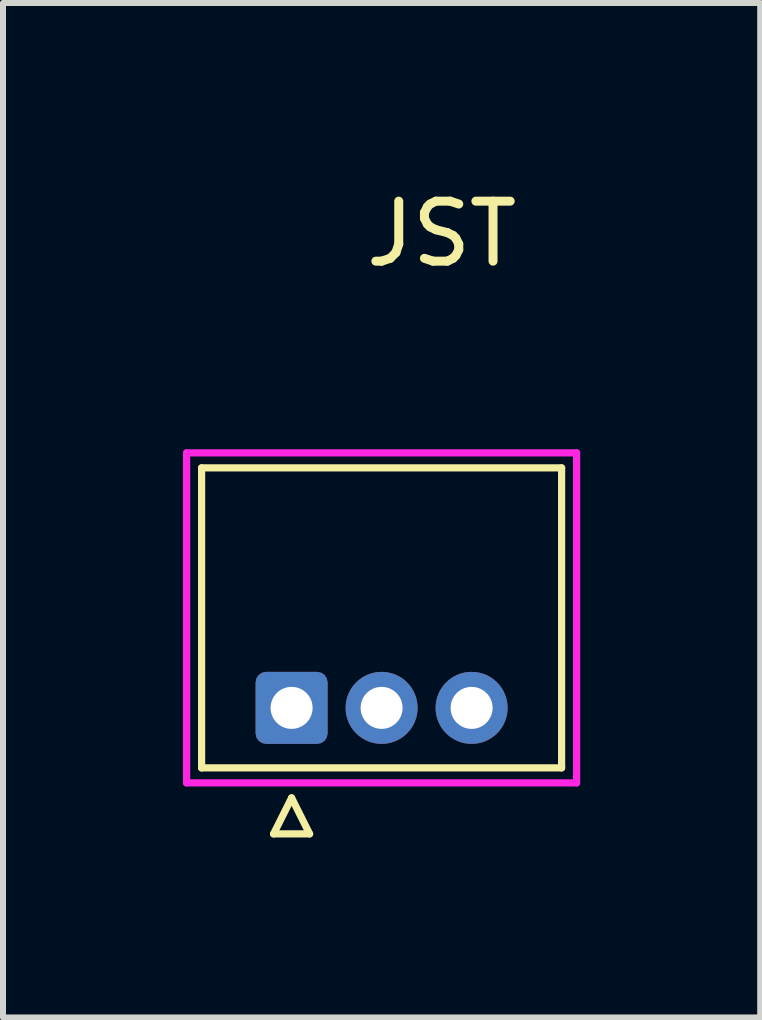
<source format=kicad_pcb>
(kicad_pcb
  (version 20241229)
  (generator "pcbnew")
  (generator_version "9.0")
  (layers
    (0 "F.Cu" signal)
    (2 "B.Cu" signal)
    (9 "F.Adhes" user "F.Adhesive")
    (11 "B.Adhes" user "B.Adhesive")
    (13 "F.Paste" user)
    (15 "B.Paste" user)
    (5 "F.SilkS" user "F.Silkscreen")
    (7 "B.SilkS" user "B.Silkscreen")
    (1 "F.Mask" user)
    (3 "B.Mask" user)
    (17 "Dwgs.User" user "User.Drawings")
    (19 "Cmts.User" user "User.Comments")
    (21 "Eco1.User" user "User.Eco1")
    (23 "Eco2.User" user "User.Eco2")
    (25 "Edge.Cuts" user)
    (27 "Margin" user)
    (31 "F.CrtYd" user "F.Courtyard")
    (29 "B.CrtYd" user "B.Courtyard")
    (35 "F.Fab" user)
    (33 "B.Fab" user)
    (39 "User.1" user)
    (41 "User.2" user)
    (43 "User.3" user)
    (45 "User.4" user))
  (footprint "JST"
    (layer "F.Cu")
    (at 1.81 8.748)
    (property "Reference" "JST" (at 2.5 -7.9 180) (layer "F.SilkS") (effects (font (size 1 1) (thickness 0.15))))
    (attr through_hole)
    (fp_line (start -1.5 -4) (end -1.5 1) (stroke (width 0.12) (type solid)) (layer "F.SilkS"))
    (fp_line (start -1.5 1) (end 4.5 1) (stroke (width 0.12) (type solid)) (layer "F.SilkS"))
    (fp_line (start -0.3 2.1) (end 0.3 2.1) (stroke (width 0.12) (type solid)) (layer "F.SilkS"))
    (fp_line (start 0 1.5) (end -0.3 2.1) (stroke (width 0.12) (type solid)) (layer "F.SilkS"))
    (fp_line (start 0.3 2.1) (end 0 1.5) (stroke (width 0.12) (type solid)) (layer "F.SilkS"))
    (fp_line (start 4.5 -4) (end -1.5 -4) (stroke (width 0.12) (type solid)) (layer "F.SilkS"))
    (fp_line (start 4.5 1) (end 4.5 -4) (stroke (width 0.12) (type solid)) (layer "F.SilkS"))
    (fp_line (start -1.75 -4.25) (end -1.75 1.25) (stroke (width 0.12) (type solid)) (layer "F.CrtYd"))
    (fp_line (start -1.75 1.25) (end 4.75 1.25) (stroke (width 0.12) (type solid)) (layer "F.CrtYd"))
    (fp_line (start 4.75 -4.25) (end -1.75 -4.25) (stroke (width 0.12) (type solid)) (layer "F.CrtYd"))
    (fp_line (start 4.75 1.25) (end 4.75 -4.25) (stroke (width 0.12) (type solid)) (layer "F.CrtYd"))
    (pad "1" thru_hole roundrect (at 0 0) (size 1.2 1.2) (drill 0.7) (layers "*.Cu" "*.Mask") (roundrect_rratio 0.147))
    (pad "2" thru_hole oval (at 1.5 0) (size 1.2 1.2) (drill 0.7) (layers "*.Cu" "*.Mask"))
    (pad "3" thru_hole oval (at 3 0) (size 1.2 1.2) (drill 0.7) (layers "*.Cu" "*.Mask")))
  (gr_rect
    (start -3 -3)
    (end 9.62 13.908)
    (stroke (width 0.1) (type default))
    (fill no)
    (layer "Edge.Cuts")))
</source>
